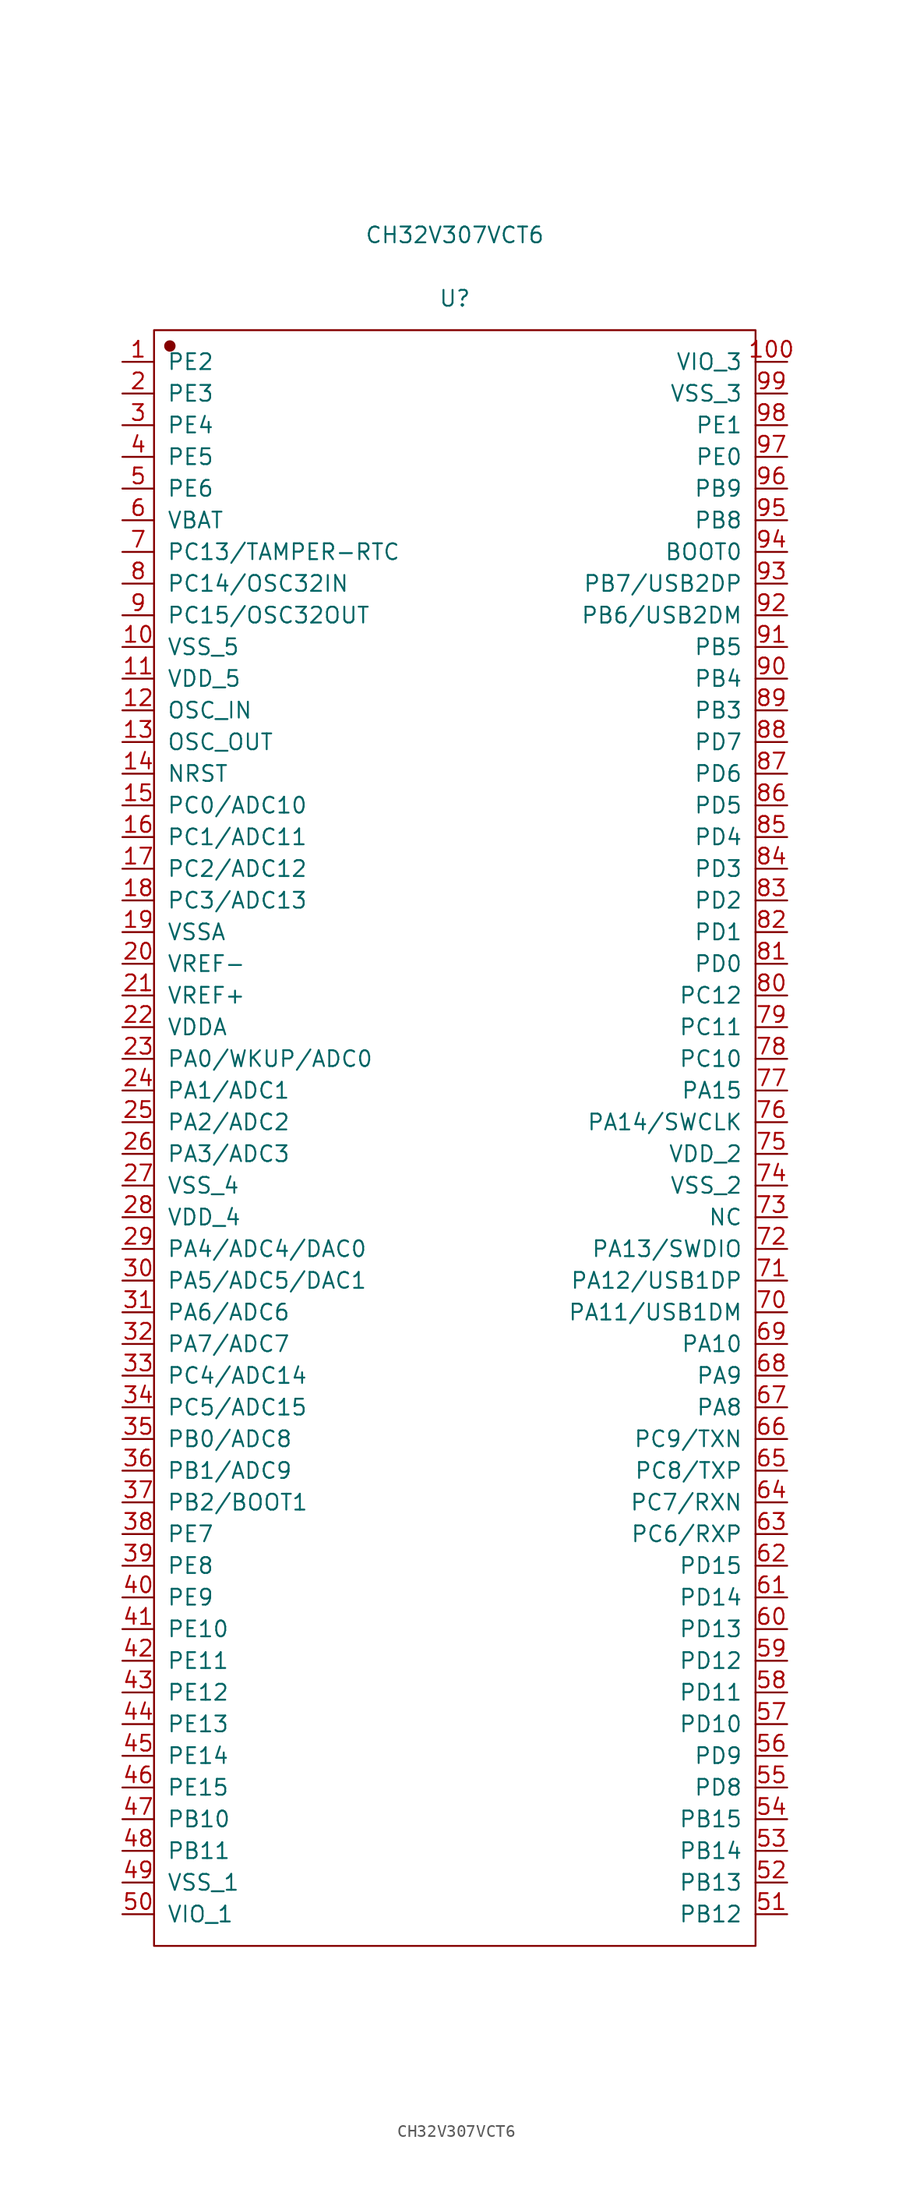
<source format=kicad_sym>
(kicad_symbol_lib
  (version 20211014)
  (generator kicad_symbol_editor)
  (symbol "CH32V307VCT6"
    (pin_names
      (offset 1.016))
    (property "Reference" "U"
      (at 0 67.31 0)
      (effects (font (size 1.27 1.27))))
    (property "Value" "CH32V307VCT6"
      (at 0 72.39 0)
      (effects (font (size 1.27 1.27))))
    (symbol "CH32V307VCT6_1_1"
      (rectangle (start -24.13 64.77) (end 24.13 -64.77) (stroke (width 0.152) (type default) (color 0 0 0 0)) (fill (type none)))
      (circle (center -22.86 63.5) (radius 0.381) (stroke (width 0.152) (type default) (color 0 0 0 0)) (fill (type outline)))
      (pin input line (at -26.67 62.23 0) (length 2.54) (name "PE2" (effects (font (size 1.27 1.27)))) (number "1" (effects (font (size 1.27 1.27)))))
      (pin input line (at -26.67 39.37 0) (length 2.54) (name "VSS_5" (effects (font (size 1.27 1.27)))) (number "10" (effects (font (size 1.27 1.27)))))
      (pin input line (at 26.67 62.23 180) (length 2.54) (name "VIO_3" (effects (font (size 1.27 1.27)))) (number "100" (effects (font (size 1.27 1.27)))))
      (pin input line (at -26.67 36.83 0) (length 2.54) (name "VDD_5" (effects (font (size 1.27 1.27)))) (number "11" (effects (font (size 1.27 1.27)))))
      (pin input line (at -26.67 34.29 0) (length 2.54) (name "OSC_IN" (effects (font (size 1.27 1.27)))) (number "12" (effects (font (size 1.27 1.27)))))
      (pin input line (at -26.67 31.75 0) (length 2.54) (name "OSC_OUT" (effects (font (size 1.27 1.27)))) (number "13" (effects (font (size 1.27 1.27)))))
      (pin input line (at -26.67 29.21 0) (length 2.54) (name "NRST" (effects (font (size 1.27 1.27)))) (number "14" (effects (font (size 1.27 1.27)))))
      (pin input line (at -26.67 26.67 0) (length 2.54) (name "PC0/ADC10" (effects (font (size 1.27 1.27)))) (number "15" (effects (font (size 1.27 1.27)))))
      (pin input line (at -26.67 24.13 0) (length 2.54) (name "PC1/ADC11" (effects (font (size 1.27 1.27)))) (number "16" (effects (font (size 1.27 1.27)))))
      (pin input line (at -26.67 21.59 0) (length 2.54) (name "PC2/ADC12" (effects (font (size 1.27 1.27)))) (number "17" (effects (font (size 1.27 1.27)))))
      (pin input line (at -26.67 19.05 0) (length 2.54) (name "PC3/ADC13" (effects (font (size 1.27 1.27)))) (number "18" (effects (font (size 1.27 1.27)))))
      (pin input line (at -26.67 16.51 0) (length 2.54) (name "VSSA" (effects (font (size 1.27 1.27)))) (number "19" (effects (font (size 1.27 1.27)))))
      (pin input line (at -26.67 59.69 0) (length 2.54) (name "PE3" (effects (font (size 1.27 1.27)))) (number "2" (effects (font (size 1.27 1.27)))))
      (pin input line (at -26.67 13.97 0) (length 2.54) (name "VREF-" (effects (font (size 1.27 1.27)))) (number "20" (effects (font (size 1.27 1.27)))))
      (pin input line (at -26.67 11.43 0) (length 2.54) (name "VREF+" (effects (font (size 1.27 1.27)))) (number "21" (effects (font (size 1.27 1.27)))))
      (pin input line (at -26.67 8.89 0) (length 2.54) (name "VDDA" (effects (font (size 1.27 1.27)))) (number "22" (effects (font (size 1.27 1.27)))))
      (pin input line (at -26.67 6.35 0) (length 2.54) (name "PA0/WKUP/ADC0" (effects (font (size 1.27 1.27)))) (number "23" (effects (font (size 1.27 1.27)))))
      (pin input line (at -26.67 3.81 0) (length 2.54) (name "PA1/ADC1" (effects (font (size 1.27 1.27)))) (number "24" (effects (font (size 1.27 1.27)))))
      (pin input line (at -26.67 1.27 0) (length 2.54) (name "PA2/ADC2" (effects (font (size 1.27 1.27)))) (number "25" (effects (font (size 1.27 1.27)))))
      (pin input line (at -26.67 -1.27 0) (length 2.54) (name "PA3/ADC3" (effects (font (size 1.27 1.27)))) (number "26" (effects (font (size 1.27 1.27)))))
      (pin input line (at -26.67 -3.81 0) (length 2.54) (name "VSS_4" (effects (font (size 1.27 1.27)))) (number "27" (effects (font (size 1.27 1.27)))))
      (pin input line (at -26.67 -6.35 0) (length 2.54) (name "VDD_4" (effects (font (size 1.27 1.27)))) (number "28" (effects (font (size 1.27 1.27)))))
      (pin input line (at -26.67 -8.89 0) (length 2.54) (name "PA4/ADC4/DAC0" (effects (font (size 1.27 1.27)))) (number "29" (effects (font (size 1.27 1.27)))))
      (pin input line (at -26.67 57.15 0) (length 2.54) (name "PE4" (effects (font (size 1.27 1.27)))) (number "3" (effects (font (size 1.27 1.27)))))
      (pin input line (at -26.67 -11.43 0) (length 2.54) (name "PA5/ADC5/DAC1" (effects (font (size 1.27 1.27)))) (number "30" (effects (font (size 1.27 1.27)))))
      (pin input line (at -26.67 -13.97 0) (length 2.54) (name "PA6/ADC6" (effects (font (size 1.27 1.27)))) (number "31" (effects (font (size 1.27 1.27)))))
      (pin input line (at -26.67 -16.51 0) (length 2.54) (name "PA7/ADC7" (effects (font (size 1.27 1.27)))) (number "32" (effects (font (size 1.27 1.27)))))
      (pin input line (at -26.67 -19.05 0) (length 2.54) (name "PC4/ADC14" (effects (font (size 1.27 1.27)))) (number "33" (effects (font (size 1.27 1.27)))))
      (pin input line (at -26.67 -21.59 0) (length 2.54) (name "PC5/ADC15" (effects (font (size 1.27 1.27)))) (number "34" (effects (font (size 1.27 1.27)))))
      (pin input line (at -26.67 -24.13 0) (length 2.54) (name "PB0/ADC8" (effects (font (size 1.27 1.27)))) (number "35" (effects (font (size 1.27 1.27)))))
      (pin input line (at -26.67 -26.67 0) (length 2.54) (name "PB1/ADC9" (effects (font (size 1.27 1.27)))) (number "36" (effects (font (size 1.27 1.27)))))
      (pin input line (at -26.67 -29.21 0) (length 2.54) (name "PB2/BOOT1" (effects (font (size 1.27 1.27)))) (number "37" (effects (font (size 1.27 1.27)))))
      (pin input line (at -26.67 -31.75 0) (length 2.54) (name "PE7" (effects (font (size 1.27 1.27)))) (number "38" (effects (font (size 1.27 1.27)))))
      (pin input line (at -26.67 -34.29 0) (length 2.54) (name "PE8" (effects (font (size 1.27 1.27)))) (number "39" (effects (font (size 1.27 1.27)))))
      (pin input line (at -26.67 54.61 0) (length 2.54) (name "PE5" (effects (font (size 1.27 1.27)))) (number "4" (effects (font (size 1.27 1.27)))))
      (pin input line (at -26.67 -36.83 0) (length 2.54) (name "PE9" (effects (font (size 1.27 1.27)))) (number "40" (effects (font (size 1.27 1.27)))))
      (pin input line (at -26.67 -39.37 0) (length 2.54) (name "PE10" (effects (font (size 1.27 1.27)))) (number "41" (effects (font (size 1.27 1.27)))))
      (pin input line (at -26.67 -41.91 0) (length 2.54) (name "PE11" (effects (font (size 1.27 1.27)))) (number "42" (effects (font (size 1.27 1.27)))))
      (pin input line (at -26.67 -44.45 0) (length 2.54) (name "PE12" (effects (font (size 1.27 1.27)))) (number "43" (effects (font (size 1.27 1.27)))))
      (pin input line (at -26.67 -46.99 0) (length 2.54) (name "PE13" (effects (font (size 1.27 1.27)))) (number "44" (effects (font (size 1.27 1.27)))))
      (pin input line (at -26.67 -49.53 0) (length 2.54) (name "PE14" (effects (font (size 1.27 1.27)))) (number "45" (effects (font (size 1.27 1.27)))))
      (pin input line (at -26.67 -52.07 0) (length 2.54) (name "PE15" (effects (font (size 1.27 1.27)))) (number "46" (effects (font (size 1.27 1.27)))))
      (pin input line (at -26.67 -54.61 0) (length 2.54) (name "PB10" (effects (font (size 1.27 1.27)))) (number "47" (effects (font (size 1.27 1.27)))))
      (pin input line (at -26.67 -57.15 0) (length 2.54) (name "PB11" (effects (font (size 1.27 1.27)))) (number "48" (effects (font (size 1.27 1.27)))))
      (pin input line (at -26.67 -59.69 0) (length 2.54) (name "VSS_1" (effects (font (size 1.27 1.27)))) (number "49" (effects (font (size 1.27 1.27)))))
      (pin input line (at -26.67 52.07 0) (length 2.54) (name "PE6" (effects (font (size 1.27 1.27)))) (number "5" (effects (font (size 1.27 1.27)))))
      (pin input line (at -26.67 -62.23 0) (length 2.54) (name "VIO_1" (effects (font (size 1.27 1.27)))) (number "50" (effects (font (size 1.27 1.27)))))
      (pin input line (at 26.67 -62.23 180) (length 2.54) (name "PB12" (effects (font (size 1.27 1.27)))) (number "51" (effects (font (size 1.27 1.27)))))
      (pin input line (at 26.67 -59.69 180) (length 2.54) (name "PB13" (effects (font (size 1.27 1.27)))) (number "52" (effects (font (size 1.27 1.27)))))
      (pin input line (at 26.67 -57.15 180) (length 2.54) (name "PB14" (effects (font (size 1.27 1.27)))) (number "53" (effects (font (size 1.27 1.27)))))
      (pin input line (at 26.67 -54.61 180) (length 2.54) (name "PB15" (effects (font (size 1.27 1.27)))) (number "54" (effects (font (size 1.27 1.27)))))
      (pin input line (at 26.67 -52.07 180) (length 2.54) (name "PD8" (effects (font (size 1.27 1.27)))) (number "55" (effects (font (size 1.27 1.27)))))
      (pin input line (at 26.67 -49.53 180) (length 2.54) (name "PD9" (effects (font (size 1.27 1.27)))) (number "56" (effects (font (size 1.27 1.27)))))
      (pin input line (at 26.67 -46.99 180) (length 2.54) (name "PD10" (effects (font (size 1.27 1.27)))) (number "57" (effects (font (size 1.27 1.27)))))
      (pin input line (at 26.67 -44.45 180) (length 2.54) (name "PD11" (effects (font (size 1.27 1.27)))) (number "58" (effects (font (size 1.27 1.27)))))
      (pin input line (at 26.67 -41.91 180) (length 2.54) (name "PD12" (effects (font (size 1.27 1.27)))) (number "59" (effects (font (size 1.27 1.27)))))
      (pin input line (at -26.67 49.53 0) (length 2.54) (name "VBAT" (effects (font (size 1.27 1.27)))) (number "6" (effects (font (size 1.27 1.27)))))
      (pin input line (at 26.67 -39.37 180) (length 2.54) (name "PD13" (effects (font (size 1.27 1.27)))) (number "60" (effects (font (size 1.27 1.27)))))
      (pin input line (at 26.67 -36.83 180) (length 2.54) (name "PD14" (effects (font (size 1.27 1.27)))) (number "61" (effects (font (size 1.27 1.27)))))
      (pin input line (at 26.67 -34.29 180) (length 2.54) (name "PD15" (effects (font (size 1.27 1.27)))) (number "62" (effects (font (size 1.27 1.27)))))
      (pin input line (at 26.67 -31.75 180) (length 2.54) (name "PC6/RXP" (effects (font (size 1.27 1.27)))) (number "63" (effects (font (size 1.27 1.27)))))
      (pin input line (at 26.67 -29.21 180) (length 2.54) (name "PC7/RXN" (effects (font (size 1.27 1.27)))) (number "64" (effects (font (size 1.27 1.27)))))
      (pin input line (at 26.67 -26.67 180) (length 2.54) (name "PC8/TXP" (effects (font (size 1.27 1.27)))) (number "65" (effects (font (size 1.27 1.27)))))
      (pin input line (at 26.67 -24.13 180) (length 2.54) (name "PC9/TXN" (effects (font (size 1.27 1.27)))) (number "66" (effects (font (size 1.27 1.27)))))
      (pin input line (at 26.67 -21.59 180) (length 2.54) (name "PA8" (effects (font (size 1.27 1.27)))) (number "67" (effects (font (size 1.27 1.27)))))
      (pin input line (at 26.67 -19.05 180) (length 2.54) (name "PA9" (effects (font (size 1.27 1.27)))) (number "68" (effects (font (size 1.27 1.27)))))
      (pin input line (at 26.67 -16.51 180) (length 2.54) (name "PA10" (effects (font (size 1.27 1.27)))) (number "69" (effects (font (size 1.27 1.27)))))
      (pin input line (at -26.67 46.99 0) (length 2.54) (name "PC13/TAMPER-RTC" (effects (font (size 1.27 1.27)))) (number "7" (effects (font (size 1.27 1.27)))))
      (pin input line (at 26.67 -13.97 180) (length 2.54) (name "PA11/USB1DM" (effects (font (size 1.27 1.27)))) (number "70" (effects (font (size 1.27 1.27)))))
      (pin input line (at 26.67 -11.43 180) (length 2.54) (name "PA12/USB1DP" (effects (font (size 1.27 1.27)))) (number "71" (effects (font (size 1.27 1.27)))))
      (pin input line (at 26.67 -8.89 180) (length 2.54) (name "PA13/SWDIO" (effects (font (size 1.27 1.27)))) (number "72" (effects (font (size 1.27 1.27)))))
      (pin input line (at 26.67 -6.35 180) (length 2.54) (name "NC" (effects (font (size 1.27 1.27)))) (number "73" (effects (font (size 1.27 1.27)))))
      (pin input line (at 26.67 -3.81 180) (length 2.54) (name "VSS_2" (effects (font (size 1.27 1.27)))) (number "74" (effects (font (size 1.27 1.27)))))
      (pin input line (at 26.67 -1.27 180) (length 2.54) (name "VDD_2" (effects (font (size 1.27 1.27)))) (number "75" (effects (font (size 1.27 1.27)))))
      (pin input line (at 26.67 1.27 180) (length 2.54) (name "PA14/SWCLK" (effects (font (size 1.27 1.27)))) (number "76" (effects (font (size 1.27 1.27)))))
      (pin input line (at 26.67 3.81 180) (length 2.54) (name "PA15" (effects (font (size 1.27 1.27)))) (number "77" (effects (font (size 1.27 1.27)))))
      (pin input line (at 26.67 6.35 180) (length 2.54) (name "PC10" (effects (font (size 1.27 1.27)))) (number "78" (effects (font (size 1.27 1.27)))))
      (pin input line (at 26.67 8.89 180) (length 2.54) (name "PC11" (effects (font (size 1.27 1.27)))) (number "79" (effects (font (size 1.27 1.27)))))
      (pin input line (at -26.67 44.45 0) (length 2.54) (name "PC14/OSC32IN" (effects (font (size 1.27 1.27)))) (number "8" (effects (font (size 1.27 1.27)))))
      (pin input line (at 26.67 11.43 180) (length 2.54) (name "PC12" (effects (font (size 1.27 1.27)))) (number "80" (effects (font (size 1.27 1.27)))))
      (pin input line (at 26.67 13.97 180) (length 2.54) (name "PD0" (effects (font (size 1.27 1.27)))) (number "81" (effects (font (size 1.27 1.27)))))
      (pin input line (at 26.67 16.51 180) (length 2.54) (name "PD1" (effects (font (size 1.27 1.27)))) (number "82" (effects (font (size 1.27 1.27)))))
      (pin input line (at 26.67 19.05 180) (length 2.54) (name "PD2" (effects (font (size 1.27 1.27)))) (number "83" (effects (font (size 1.27 1.27)))))
      (pin input line (at 26.67 21.59 180) (length 2.54) (name "PD3" (effects (font (size 1.27 1.27)))) (number "84" (effects (font (size 1.27 1.27)))))
      (pin input line (at 26.67 24.13 180) (length 2.54) (name "PD4" (effects (font (size 1.27 1.27)))) (number "85" (effects (font (size 1.27 1.27)))))
      (pin input line (at 26.67 26.67 180) (length 2.54) (name "PD5" (effects (font (size 1.27 1.27)))) (number "86" (effects (font (size 1.27 1.27)))))
      (pin input line (at 26.67 29.21 180) (length 2.54) (name "PD6" (effects (font (size 1.27 1.27)))) (number "87" (effects (font (size 1.27 1.27)))))
      (pin input line (at 26.67 31.75 180) (length 2.54) (name "PD7" (effects (font (size 1.27 1.27)))) (number "88" (effects (font (size 1.27 1.27)))))
      (pin input line (at 26.67 34.29 180) (length 2.54) (name "PB3" (effects (font (size 1.27 1.27)))) (number "89" (effects (font (size 1.27 1.27)))))
      (pin input line (at -26.67 41.91 0) (length 2.54) (name "PC15/OSC32OUT" (effects (font (size 1.27 1.27)))) (number "9" (effects (font (size 1.27 1.27)))))
      (pin input line (at 26.67 36.83 180) (length 2.54) (name "PB4" (effects (font (size 1.27 1.27)))) (number "90" (effects (font (size 1.27 1.27)))))
      (pin input line (at 26.67 39.37 180) (length 2.54) (name "PB5" (effects (font (size 1.27 1.27)))) (number "91" (effects (font (size 1.27 1.27)))))
      (pin input line (at 26.67 41.91 180) (length 2.54) (name "PB6/USB2DM" (effects (font (size 1.27 1.27)))) (number "92" (effects (font (size 1.27 1.27)))))
      (pin input line (at 26.67 44.45 180) (length 2.54) (name "PB7/USB2DP" (effects (font (size 1.27 1.27)))) (number "93" (effects (font (size 1.27 1.27)))))
      (pin input line (at 26.67 46.99 180) (length 2.54) (name "BOOT0" (effects (font (size 1.27 1.27)))) (number "94" (effects (font (size 1.27 1.27)))))
      (pin input line (at 26.67 49.53 180) (length 2.54) (name "PB8" (effects (font (size 1.27 1.27)))) (number "95" (effects (font (size 1.27 1.27)))))
      (pin input line (at 26.67 52.07 180) (length 2.54) (name "PB9" (effects (font (size 1.27 1.27)))) (number "96" (effects (font (size 1.27 1.27)))))
      (pin input line (at 26.67 54.61 180) (length 2.54) (name "PE0" (effects (font (size 1.27 1.27)))) (number "97" (effects (font (size 1.27 1.27)))))
      (pin input line (at 26.67 57.15 180) (length 2.54) (name "PE1" (effects (font (size 1.27 1.27)))) (number "98" (effects (font (size 1.27 1.27)))))
      (pin input line (at 26.67 59.69 180) (length 2.54) (name "VSS_3" (effects (font (size 1.27 1.27)))) (number "99" (effects (font (size 1.27 1.27))))))))
</source>
